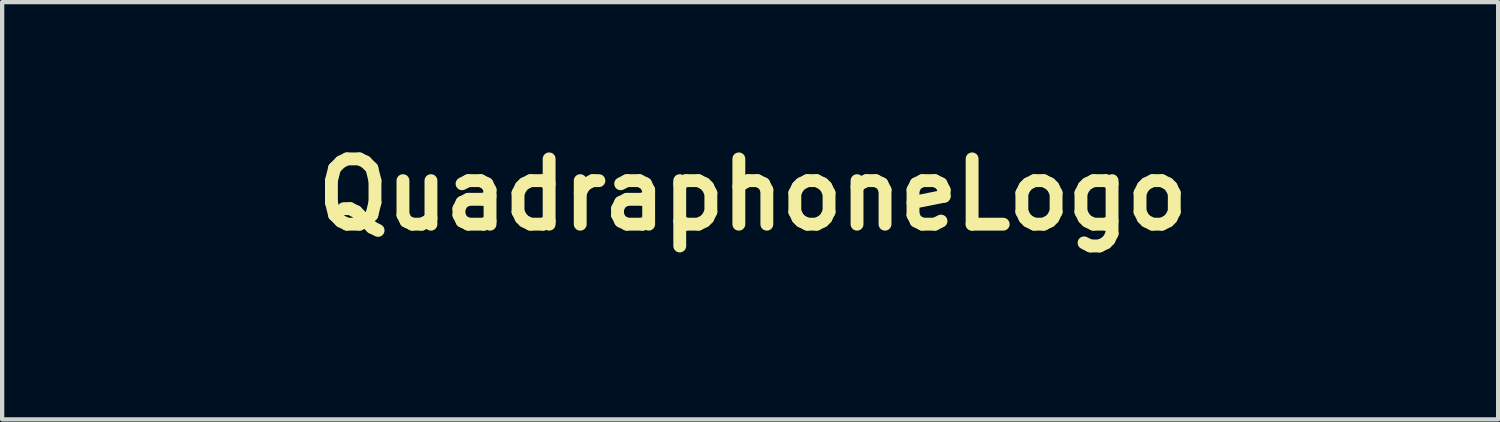
<source format=kicad_pcb>
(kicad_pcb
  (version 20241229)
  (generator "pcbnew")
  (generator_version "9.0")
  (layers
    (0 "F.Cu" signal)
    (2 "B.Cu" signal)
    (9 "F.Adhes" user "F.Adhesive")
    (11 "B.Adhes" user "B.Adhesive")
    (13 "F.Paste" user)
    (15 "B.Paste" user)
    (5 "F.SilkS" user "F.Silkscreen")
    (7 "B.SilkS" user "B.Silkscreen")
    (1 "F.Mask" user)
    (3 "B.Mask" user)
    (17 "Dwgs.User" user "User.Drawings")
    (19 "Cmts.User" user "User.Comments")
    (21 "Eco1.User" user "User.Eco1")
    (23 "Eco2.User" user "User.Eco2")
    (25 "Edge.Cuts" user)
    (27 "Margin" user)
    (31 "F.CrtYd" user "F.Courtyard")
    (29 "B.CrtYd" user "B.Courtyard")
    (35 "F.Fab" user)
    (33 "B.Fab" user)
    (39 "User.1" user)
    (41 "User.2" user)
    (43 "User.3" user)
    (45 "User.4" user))
  (footprint "QuadraphoneLogo"
    (layer "F.Cu")
    (at 14.517 1.492)
    (property "Reference" "QuadraphoneLogo" (at 0 0 0) (layer "F.SilkS") (effects (font (size 1.524 1.524) (thickness 0.3))))
    (attr board_only exclude_from_pos_files exclude_from_bom)
    (fp_poly (pts (xy 11.891 -1.389) (xy 12.239 -1.389) (xy 12.196 -0.446) (xy 12.177 -0.048) (xy 12.155 0.358) (xy 12.133 0.726) (xy 12.114 1.012) (xy 12.112 1.035) (xy 12.072 1.573) (xy 11.424 1.084) (xy 11.17 0.896) (xy 10.952 0.742) (xy 10.793 0.636) (xy 10.714 0.595) (xy 10.713 0.595) (xy 10.683 0.656) (xy 10.66 0.817) (xy 10.65 1.046) (xy 10.649 1.091) (xy 10.649 1.587) (xy 10.068 1.587) (xy 10.029 1.075) (xy 10.01 0.8) (xy 9.989 0.442) (xy 9.968 0.048) (xy 9.951 -0.298) (xy 9.934 -0.631) (xy 9.915 -0.922) (xy 9.897 -1.144) (xy 9.881 -1.266) (xy 9.879 -1.273) (xy 9.877 -1.334) (xy 9.928 -1.368) (xy 10.058 -1.385) (xy 10.292 -1.389) (xy 10.322 -1.389) (xy 10.797 -1.389) (xy 11.193 -1.046) (xy 11.59 -0.702) (xy 11.542 -1.389)) (stroke (width 0) (type solid)) (fill yes) (layer "F.Mask"))
    (fp_poly (pts (xy -10.55 -0.281) (xy -10.547 0.187) (xy -10.535 0.54) (xy -10.509 0.792) (xy -10.466 0.961) (xy -10.4 1.061) (xy -10.308 1.111) (xy -10.186 1.124) (xy -10.175 1.124) (xy -9.97 1.124) (xy -10.018 -0.132) (xy -10.066 -1.389) (xy -9.112 -1.389) (xy -9.153 -1.182) (xy -9.166 -1.051) (xy -9.178 -0.812) (xy -9.187 -0.493) (xy -9.193 -0.118) (xy -9.194 0.237) (xy -9.194 0.693) (xy -9.2 1.034) (xy -9.224 1.277) (xy -9.276 1.44) (xy -9.368 1.539) (xy -9.51 1.593) (xy -9.714 1.618) (xy -9.991 1.631) (xy -10.085 1.636) (xy -10.386 1.646) (xy -10.597 1.637) (xy -10.758 1.606) (xy -10.912 1.544) (xy -10.98 1.51) (xy -11.16 1.401) (xy -11.305 1.267) (xy -11.422 1.094) (xy -11.515 0.865) (xy -11.589 0.565) (xy -11.65 0.178) (xy -11.703 -0.313) (xy -11.745 -0.81) (xy -11.79 -1.389) (xy -11.17 -1.389) (xy -10.55 -1.389)) (stroke (width 0) (type solid)) (fill yes) (layer "F.Mask"))
    (fp_poly (pts (xy 2.536 -1.42) (xy 2.769 -1.408) (xy 2.94 -1.382) (xy 3.084 -1.335) (xy 3.235 -1.26) (xy 3.282 -1.235) (xy 3.601 -1.006) (xy 3.8 -0.733) (xy 3.888 -0.397) (xy 3.889 -0.126) (xy 3.802 0.264) (xy 3.609 0.585) (xy 3.323 0.821) (xy 2.959 0.958) (xy 2.899 0.969) (xy 2.727 1.012) (xy 2.655 1.084) (xy 2.645 1.149) (xy 2.634 1.358) (xy 2.588 1.488) (xy 2.482 1.556) (xy 2.289 1.583) (xy 2.054 1.587) (xy 1.544 1.587) (xy 1.497 0.522) (xy 2.646 0.522) (xy 2.845 0.453) (xy 3.024 0.335) (xy 3.086 0.215) (xy 3.087 0.007) (xy 2.979 -0.134) (xy 2.821 -0.186) (xy 2.721 -0.191) (xy 2.669 -0.154) (xy 2.649 -0.045) (xy 2.646 0.158) (xy 2.646 0.522) (xy 1.497 0.522) (xy 1.48 0.116) (xy 1.462 -0.312) (xy 1.449 -0.693) (xy 1.44 -1.01) (xy 1.437 -1.242) (xy 1.438 -1.37) (xy 1.441 -1.389) (xy 1.513 -1.402) (xy 1.69 -1.413) (xy 1.944 -1.42) (xy 2.205 -1.422)) (stroke (width 0) (type solid)) (fill yes) (layer "F.Mask"))
    (fp_poly (pts (xy -5.076 -1.358) (xy -4.649 -1.197) (xy -4.306 -0.957) (xy -4.081 -0.677) (xy -3.983 -0.421) (xy -3.927 -0.092) (xy -3.918 0.255) (xy -3.961 0.567) (xy -3.964 0.58) (xy -4.114 0.91) (xy -4.361 1.208) (xy -4.667 1.431) (xy -4.74 1.467) (xy -4.969 1.536) (xy -5.282 1.589) (xy -5.628 1.622) (xy -5.961 1.628) (xy -6.191 1.611) (xy -6.396 1.581) (xy -6.427 0.739) (xy -5.286 0.739) (xy -5.284 0.918) (xy -5.267 1.01) (xy -5.231 1.04) (xy -5.168 1.03) (xy -5.145 1.024) (xy -4.975 0.94) (xy -4.871 0.86) (xy -4.786 0.721) (xy -4.725 0.518) (xy -4.715 0.453) (xy -4.731 0.176) (xy -4.84 -0.025) (xy -5.033 -0.134) (xy -5.093 -0.145) (xy -5.171 -0.15) (xy -5.22 -0.126) (xy -5.249 -0.05) (xy -5.265 0.105) (xy -5.275 0.36) (xy -5.278 0.452) (xy -5.286 0.739) (xy -6.427 0.739) (xy -6.44 0.393) (xy -6.457 -0.013) (xy -6.476 -0.393) (xy -6.495 -0.72) (xy -6.513 -0.966) (xy -6.524 -1.083) (xy -6.564 -1.372) (xy -6.124 -1.419) (xy -5.573 -1.434)) (stroke (width 0) (type solid)) (fill yes) (layer "F.Mask"))
    (fp_poly (pts (xy 14.369 -0.91) (xy 14.354 -0.587) (xy 14.333 -0.374) (xy 14.295 -0.25) (xy 14.228 -0.193) (xy 14.118 -0.179) (xy 13.96 -0.188) (xy 13.763 -0.198) (xy 13.664 -0.18) (xy 13.63 -0.12) (xy 13.626 -0.039) (xy 13.636 0.061) (xy 13.687 0.112) (xy 13.813 0.13) (xy 13.965 0.132) (xy 14.304 0.132) (xy 14.263 0.339) (xy 14.234 0.501) (xy 14.221 0.603) (xy 14.221 0.604) (xy 14.162 0.638) (xy 14.013 0.659) (xy 13.924 0.661) (xy 13.741 0.667) (xy 13.654 0.7) (xy 13.628 0.786) (xy 13.626 0.866) (xy 13.626 1.071) (xy 14.354 1.025) (xy 14.312 1.257) (xy 14.276 1.425) (xy 14.245 1.532) (xy 14.242 1.538) (xy 14.169 1.557) (xy 13.989 1.572) (xy 13.729 1.583) (xy 13.414 1.587) (xy 13.367 1.587) (xy 12.52 1.587) (xy 12.471 0.187) (xy 12.455 -0.234) (xy 12.438 -0.612) (xy 12.421 -0.928) (xy 12.406 -1.159) (xy 12.392 -1.286) (xy 12.389 -1.301) (xy 12.399 -1.335) (xy 12.471 -1.36) (xy 12.621 -1.376) (xy 12.866 -1.385) (xy 13.22 -1.389) (xy 13.373 -1.389) (xy 14.391 -1.389)) (stroke (width 0) (type solid)) (fill yes) (layer "F.Mask"))
    (fp_poly (pts (xy 8.888 -1.399) (xy 9.211 -1.197) (xy 9.463 -0.897) (xy 9.533 -0.763) (xy 9.619 -0.466) (xy 9.658 -0.098) (xy 9.648 0.291) (xy 9.59 0.65) (xy 9.519 0.86) (xy 9.309 1.226) (xy 9.058 1.473) (xy 8.75 1.612) (xy 8.387 1.653) (xy 8.038 1.612) (xy 7.806 1.513) (xy 7.626 1.391) (xy 7.491 1.258) (xy 7.364 1.074) (xy 7.26 0.893) (xy 7.185 0.73) (xy 7.14 0.55) (xy 7.119 0.313) (xy 7.118 0.29) (xy 8.047 0.29) (xy 8.059 0.522) (xy 8.121 0.74) (xy 8.226 0.908) (xy 8.367 0.989) (xy 8.401 0.992) (xy 8.527 0.941) (xy 8.642 0.822) (xy 8.732 0.6) (xy 8.757 0.347) (xy 8.718 0.11) (xy 8.618 -0.063) (xy 8.603 -0.076) (xy 8.478 -0.165) (xy 8.401 -0.198) (xy 8.317 -0.161) (xy 8.198 -0.076) (xy 8.091 0.078) (xy 8.047 0.29) (xy 7.118 0.29) (xy 7.113 0.033) (xy 7.116 -0.267) (xy 7.134 -0.477) (xy 7.175 -0.638) (xy 7.247 -0.792) (xy 7.29 -0.867) (xy 7.485 -1.14) (xy 7.711 -1.319) (xy 8.012 -1.437) (xy 8.119 -1.463) (xy 8.516 -1.492)) (stroke (width 0) (type solid)) (fill yes) (layer "F.Mask"))
    (fp_poly (pts (xy 5.39 -1.075) (xy 5.373 -0.862) (xy 5.353 -0.569) (xy 5.333 -0.25) (xy 5.327 -0.149) (xy 5.293 0.463) (xy 5.83 0.463) (xy 5.783 -0.463) (xy 5.736 -1.389) (xy 6.381 -1.389) (xy 6.683 -1.386) (xy 6.873 -1.373) (xy 6.97 -1.35) (xy 6.994 -1.311) (xy 6.991 -1.298) (xy 6.978 -1.206) (xy 6.962 -1.004) (xy 6.946 -0.714) (xy 6.929 -0.36) (xy 6.914 0.038) (xy 6.914 0.041) (xy 6.899 0.444) (xy 6.883 0.809) (xy 6.867 1.112) (xy 6.853 1.33) (xy 6.841 1.439) (xy 6.814 1.518) (xy 6.752 1.562) (xy 6.624 1.582) (xy 6.399 1.587) (xy 6.356 1.587) (xy 6.092 1.579) (xy 5.934 1.536) (xy 5.853 1.435) (xy 5.825 1.253) (xy 5.822 1.106) (xy 5.81 0.98) (xy 5.756 0.961) (xy 5.683 0.995) (xy 5.588 1.043) (xy 5.53 1.037) (xy 5.471 0.954) (xy 5.402 0.827) (xy 5.348 0.73) (xy 5.316 0.704) (xy 5.301 0.767) (xy 5.296 0.934) (xy 5.294 1.108) (xy 5.292 1.587) (xy 4.187 1.587) (xy 4.142 0.413) (xy 4.125 0.007) (xy 4.106 -0.376) (xy 4.087 -0.708) (xy 4.069 -0.958) (xy 4.057 -1.075) (xy 4.018 -1.389) (xy 5.418 -1.389)) (stroke (width 0) (type solid)) (fill yes) (layer "F.Mask"))
    (fp_poly (pts (xy -12.742 -1.399) (xy -12.419 -1.197) (xy -12.167 -0.897) (xy -12.097 -0.763) (xy -12.003 -0.44) (xy -11.967 -0.049) (xy -11.99 0.359) (xy -12.069 0.736) (xy -12.133 0.904) (xy -12.255 1.119) (xy -12.394 1.296) (xy -12.472 1.364) (xy -12.651 1.482) (xy -12.396 1.696) (xy -12.257 1.822) (xy -12.179 1.911) (xy -12.172 1.936) (xy -12.243 1.987) (xy -12.377 2.08) (xy -12.409 2.102) (xy -12.614 2.244) (xy -12.798 2.052) (xy -12.917 1.892) (xy -12.945 1.767) (xy -12.942 1.757) (xy -12.941 1.696) (xy -13.013 1.664) (xy -13.185 1.654) (xy -13.248 1.653) (xy -13.598 1.613) (xy -13.888 1.482) (xy -14.138 1.246) (xy -14.37 0.893) (xy -14.444 0.73) (xy -14.489 0.55) (xy -14.507 0.362) (xy -13.582 0.362) (xy -13.548 0.622) (xy -13.458 0.833) (xy -13.328 0.964) (xy -13.229 0.992) (xy -13.103 0.941) (xy -12.988 0.822) (xy -12.913 0.633) (xy -12.881 0.395) (xy -12.892 0.162) (xy -12.948 -0.011) (xy -12.962 -0.03) (xy -13.089 -0.107) (xy -13.229 -0.132) (xy -13.421 -0.087) (xy -13.536 0.056) (xy -13.581 0.304) (xy -13.582 0.362) (xy -14.507 0.362) (xy -14.511 0.313) (xy -14.517 0.033) (xy -14.514 -0.267) (xy -14.495 -0.477) (xy -14.455 -0.638) (xy -14.382 -0.792) (xy -14.34 -0.867) (xy -14.145 -1.14) (xy -13.918 -1.319) (xy -13.617 -1.437) (xy -13.511 -1.463) (xy -13.114 -1.492)) (stroke (width 0) (type solid)) (fill yes) (layer "F.Mask"))
    (fp_poly (pts (xy -2.568 -1.411) (xy -2.308 -1.398) (xy -2.114 -1.369) (xy -1.954 -1.322) (xy -1.852 -1.279) (xy -1.548 -1.11) (xy -1.354 -0.917) (xy -1.246 -0.667) (xy -1.202 -0.36) (xy -1.194 -0.109) (xy -1.215 0.065) (xy -1.277 0.215) (xy -1.349 0.332) (xy -1.461 0.487) (xy -1.547 0.582) (xy -1.572 0.596) (xy -1.665 0.629) (xy -1.714 0.657) (xy -1.749 0.709) (xy -1.717 0.8) (xy -1.609 0.952) (xy -1.524 1.055) (xy -1.385 1.229) (xy -1.291 1.359) (xy -1.265 1.417) (xy -1.265 1.417) (xy -1.333 1.456) (xy -1.483 1.535) (xy -1.631 1.611) (xy -1.833 1.705) (xy -1.955 1.736) (xy -2.028 1.711) (xy -2.045 1.693) (xy -2.116 1.589) (xy -2.223 1.412) (xy -2.315 1.248) (xy -2.511 0.893) (xy -2.512 1.24) (xy -2.514 1.587) (xy -3.617 1.587) (xy -3.674 0.266) (xy -2.513 0.266) (xy -2.499 0.42) (xy -2.474 0.481) (xy -2.38 0.493) (xy -2.235 0.443) (xy -2.133 0.379) (xy -2.056 0.246) (xy -2.071 0.08) (xy -2.171 -0.071) (xy -2.213 -0.103) (xy -2.351 -0.167) (xy -2.444 -0.167) (xy -2.484 -0.082) (xy -2.508 0.081) (xy -2.513 0.266) (xy -3.674 0.266) (xy -3.681 0.116) (xy -3.698 -0.311) (xy -3.712 -0.692) (xy -3.722 -1.007) (xy -3.727 -1.238) (xy -3.727 -1.365) (xy -3.725 -1.383) (xy -3.655 -1.394) (xy -3.48 -1.403) (xy -3.225 -1.41) (xy -2.928 -1.413)) (stroke (width 0) (type solid)) (fill yes) (layer "F.Mask"))
    (fp_poly (pts (xy -7.208 -1.009) (xy -7.164 -0.797) (xy -7.1 -0.509) (xy -7.024 -0.168) (xy -6.942 0.197) (xy -6.859 0.561) (xy -6.781 0.897) (xy -6.714 1.18) (xy -6.665 1.382) (xy -6.641 1.472) (xy -6.637 1.529) (xy -6.682 1.564) (xy -6.801 1.581) (xy -7.018 1.587) (xy -7.145 1.587) (xy -7.415 1.584) (xy -7.58 1.571) (xy -7.669 1.54) (xy -7.71 1.485) (xy -7.72 1.453) (xy -7.748 1.372) (xy -7.796 1.356) (xy -7.901 1.406) (xy -7.993 1.46) (xy -8.143 1.532) (xy -8.238 1.549) (xy -8.252 1.537) (xy -8.305 1.436) (xy -8.36 1.355) (xy -8.425 1.282) (xy -8.463 1.315) (xy -8.491 1.412) (xy -8.538 1.527) (xy -8.629 1.577) (xy -8.799 1.587) (xy -8.964 1.574) (xy -9.055 1.542) (xy -9.062 1.529) (xy -9.047 1.447) (xy -9.007 1.26) (xy -8.95 1.009) (xy -8.333 1.009) (xy -8.293 1.05) (xy -8.163 1.032) (xy -8.129 1.025) (xy -7.971 0.986) (xy -7.881 0.954) (xy -7.877 0.952) (xy -7.878 0.878) (xy -7.915 0.732) (xy -7.974 0.563) (xy -8.036 0.421) (xy -8.082 0.357) (xy -8.14 0.387) (xy -8.209 0.518) (xy -8.277 0.721) (xy -8.316 0.884) (xy -8.333 1.009) (xy -8.95 1.009) (xy -8.947 0.994) (xy -8.872 0.672) (xy -8.836 0.52) (xy -8.747 0.134) (xy -8.661 -0.253) (xy -8.588 -0.6) (xy -8.535 -0.867) (xy -8.528 -0.91) (xy -8.445 -1.389) (xy -7.285 -1.389)) (stroke (width 0) (type solid)) (fill yes) (layer "F.Mask"))
    (fp_poly (pts (xy 0.729 -1.009) (xy 0.774 -0.797) (xy 0.837 -0.509) (xy 0.913 -0.168) (xy 0.996 0.197) (xy 1.079 0.561) (xy 1.157 0.897) (xy 1.223 1.18) (xy 1.272 1.382) (xy 1.296 1.472) (xy 1.301 1.529) (xy 1.256 1.564) (xy 1.136 1.581) (xy 0.919 1.587) (xy 0.792 1.587) (xy 0.523 1.584) (xy 0.358 1.571) (xy 0.269 1.54) (xy 0.227 1.485) (xy 0.217 1.453) (xy 0.19 1.372) (xy 0.142 1.356) (xy 0.037 1.406) (xy -0.056 1.46) (xy -0.206 1.532) (xy -0.301 1.549) (xy -0.314 1.537) (xy -0.368 1.436) (xy -0.423 1.355) (xy -0.488 1.282) (xy -0.526 1.315) (xy -0.554 1.412) (xy -0.6 1.527) (xy -0.692 1.577) (xy -0.861 1.587) (xy -1.026 1.574) (xy -1.118 1.542) (xy -1.124 1.529) (xy -1.11 1.447) (xy -1.07 1.26) (xy -1.013 1.009) (xy -0.396 1.009) (xy -0.356 1.05) (xy -0.225 1.032) (xy -0.192 1.025) (xy -0.034 0.986) (xy 0.056 0.954) (xy 0.06 0.952) (xy 0.06 0.878) (xy 0.022 0.732) (xy -0.036 0.563) (xy -0.099 0.421) (xy -0.144 0.357) (xy -0.202 0.387) (xy -0.272 0.518) (xy -0.34 0.721) (xy -0.378 0.884) (xy -0.396 1.009) (xy -1.013 1.009) (xy -1.009 0.994) (xy -0.935 0.672) (xy -0.899 0.52) (xy -0.809 0.134) (xy -0.724 -0.253) (xy -0.65 -0.6) (xy -0.598 -0.867) (xy -0.59 -0.91) (xy -0.508 -1.389) (xy 0.652 -1.389)) (stroke (width 0) (type solid)) (fill yes) (layer "F.Mask")))
  (gr_rect
    (start -3 -3)
    (end 31.908 6.736)
    (stroke (width 0.1) (type default))
    (fill no)
    (layer "Edge.Cuts")))
</source>
